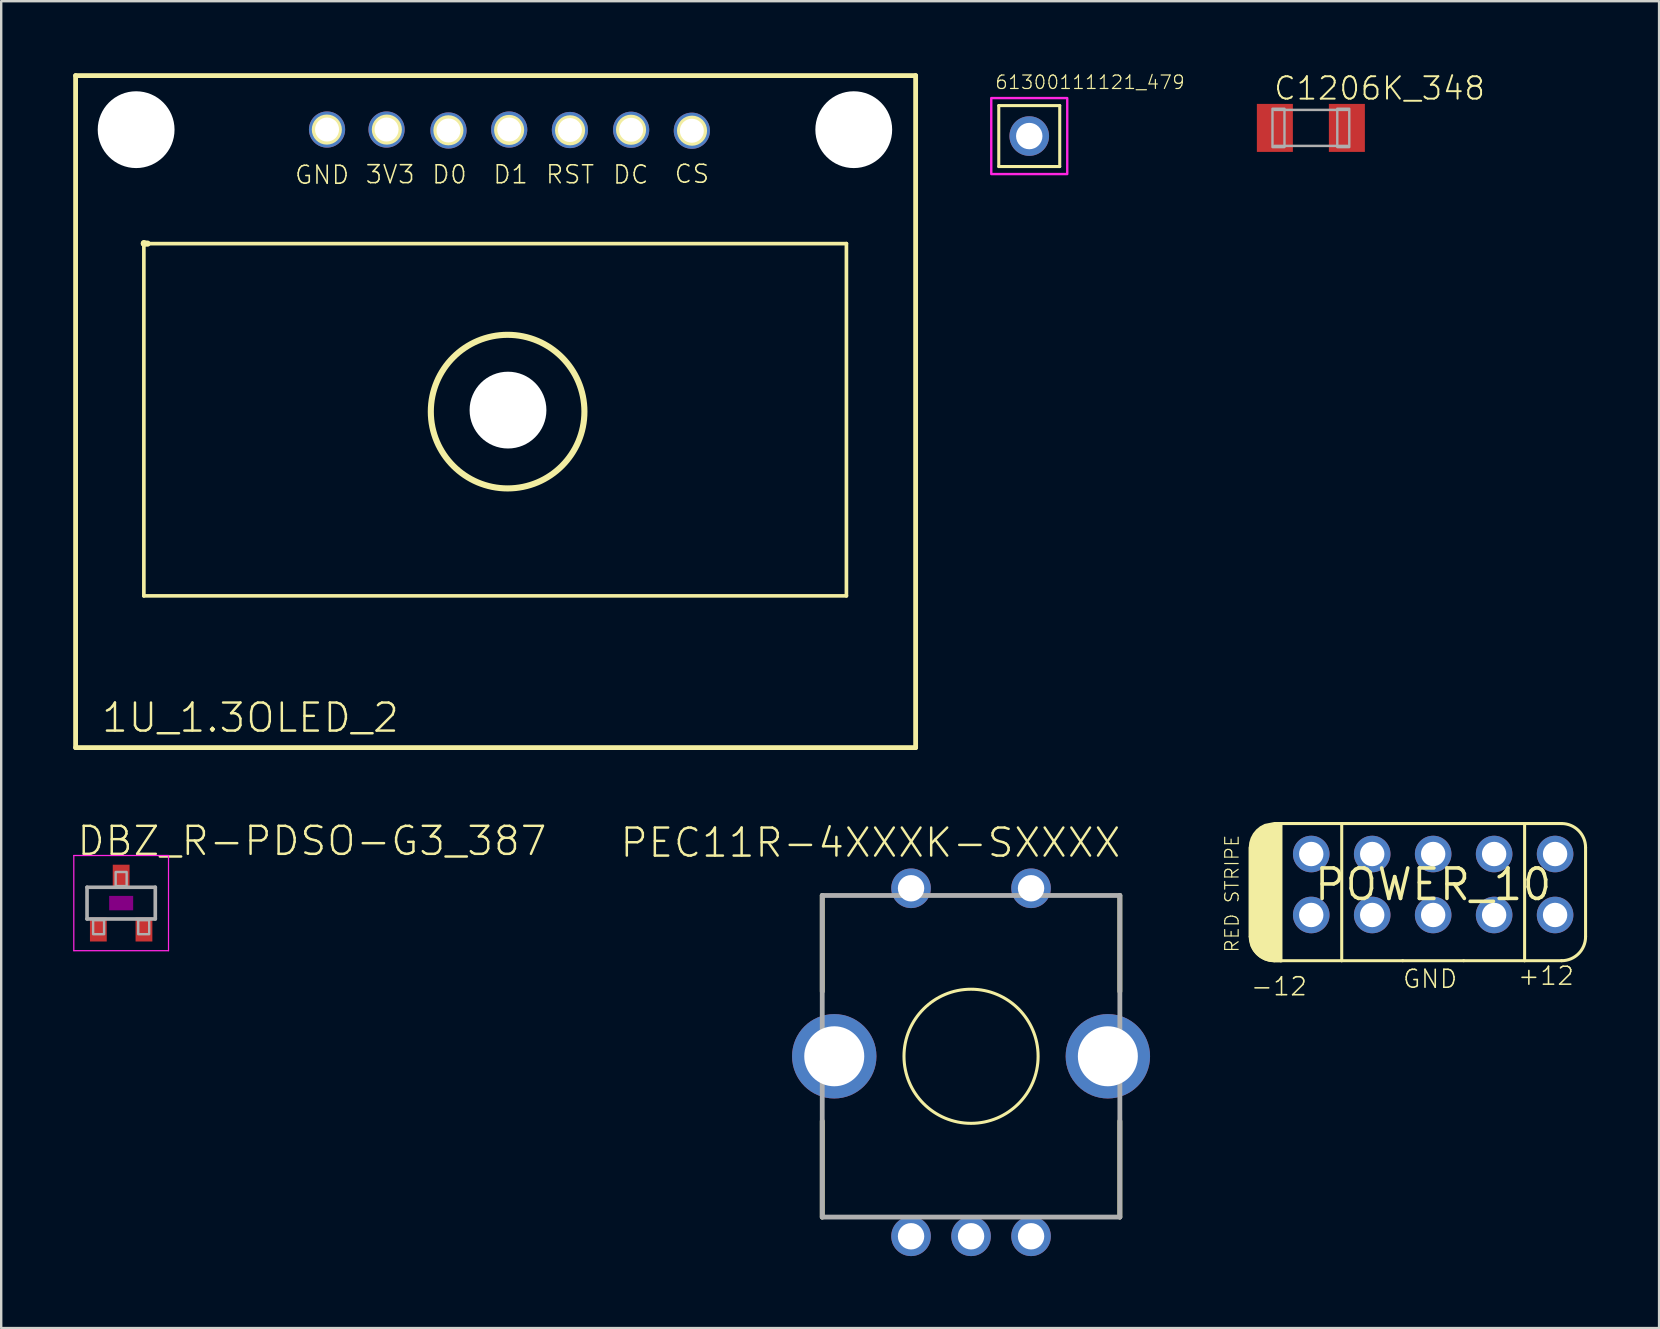
<source format=kicad_pcb>
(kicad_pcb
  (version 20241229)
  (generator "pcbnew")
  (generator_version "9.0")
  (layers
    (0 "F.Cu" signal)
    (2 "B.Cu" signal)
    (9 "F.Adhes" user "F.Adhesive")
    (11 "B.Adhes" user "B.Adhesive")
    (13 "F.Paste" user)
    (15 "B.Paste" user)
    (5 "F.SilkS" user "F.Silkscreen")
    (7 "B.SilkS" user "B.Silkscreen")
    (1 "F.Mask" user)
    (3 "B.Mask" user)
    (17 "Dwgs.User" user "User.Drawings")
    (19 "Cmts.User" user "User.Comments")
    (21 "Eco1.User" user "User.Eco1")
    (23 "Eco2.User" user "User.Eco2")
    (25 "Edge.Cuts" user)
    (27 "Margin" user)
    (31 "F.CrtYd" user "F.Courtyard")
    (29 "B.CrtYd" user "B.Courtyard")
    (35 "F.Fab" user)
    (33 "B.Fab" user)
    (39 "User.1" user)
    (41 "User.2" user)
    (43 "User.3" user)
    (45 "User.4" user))
  (footprint "61300111121_479"
    (layer "F.Cu")
    (at 39.834 2.619)
    (property "Reference" "61300111121_479" (at -1.455 -1.912 0) (unlocked yes) (layer "F.SilkS") (effects (font (size 0.561 0.561) (thickness 0.049)) (justify left bottom)))
    (fp_line (start -1.27 -1.27) (end -1.27 1.27) (stroke (width 0.127) (type solid)) (layer "F.SilkS"))
    (fp_line (start -1.27 1.27) (end 1.27 1.27) (stroke (width 0.127) (type solid)) (layer "F.SilkS"))
    (fp_line (start 1.27 -1.27) (end -1.27 -1.27) (stroke (width 0.127) (type solid)) (layer "F.SilkS"))
    (fp_line (start 1.27 1.27) (end 1.27 -1.27) (stroke (width 0.127) (type solid)) (layer "F.SilkS"))
    (fp_poly (pts (xy 1.583 1.583) (xy -1.583 1.583) (xy -1.583 -1.583) (xy 1.583 -1.583)) (stroke (width 0.1) (type default)) (fill no) (layer "F.CrtYd"))
    (pad "1" thru_hole circle (at 0 0) (size 1.65 1.65) (drill 1.1) (layers "*.Cu" "*.Mask")))
  (footprint "DBZ_R-PDSO-G3_387"
    (layer "F.Cu")
    (at 1.998 34.578)
    (property "Reference" "DBZ_R-PDSO-G3_387" (at -1.905 -1.905 0) (unlocked yes) (layer "F.SilkS") (effects (font (size 1.168 1.168) (thickness 0.102)) (justify left bottom)))
    (fp_poly (pts (xy -0.5 0.3) (xy 0.5 0.3) (xy 0.5 -0.3) (xy -0.5 -0.3)) (stroke (width 0) (type default)) (fill yes) (layer "F.Adhes"))
    (fp_line (start -1.973 -1.983) (end 1.973 -1.983) (stroke (width 0.051) (type solid)) (layer "F.CrtYd"))
    (fp_line (start -1.973 1.983) (end -1.973 -1.983) (stroke (width 0.051) (type solid)) (layer "F.CrtYd"))
    (fp_line (start 1.973 -1.983) (end 1.973 1.983) (stroke (width 0.051) (type solid)) (layer "F.CrtYd"))
    (fp_line (start 1.973 1.983) (end -1.973 1.983) (stroke (width 0.051) (type solid)) (layer "F.CrtYd"))
    (fp_line (start -1.422 -0.66) (end 1.422 -0.66) (stroke (width 0.152) (type solid)) (layer "F.Fab"))
    (fp_line (start -1.422 0.66) (end -1.422 -0.66) (stroke (width 0.152) (type solid)) (layer "F.Fab"))
    (fp_line (start 1.422 -0.66) (end 1.422 0.66) (stroke (width 0.152) (type solid)) (layer "F.Fab"))
    (fp_line (start 1.422 0.66) (end -1.422 0.66) (stroke (width 0.152) (type solid)) (layer "F.Fab"))
    (fp_poly (pts (xy -1.168 1.295) (xy -0.711 1.295) (xy -0.711 0.711) (xy -1.168 0.711)) (stroke (width 0.1) (type default)) (fill no) (layer "F.Fab"))
    (fp_poly (pts (xy -0.229 -0.711) (xy 0.229 -0.711) (xy 0.229 -1.295) (xy -0.229 -1.295)) (stroke (width 0.1) (type default)) (fill no) (layer "F.Fab"))
    (fp_poly (pts (xy 0.711 1.295) (xy 1.168 1.295) (xy 1.168 0.711) (xy 0.711 0.711)) (stroke (width 0.1) (type default)) (fill no) (layer "F.Fab"))
    (pad "1" smd rect (at -0.95 1.1) (size 0.7 1) (layers "F.Cu" "F.Mask" "F.Paste"))
    (pad "2" smd rect (at 0.95 1.1) (size 0.7 1) (layers "F.Cu" "F.Mask" "F.Paste"))
    (pad "3" smd rect (at 0 -1.1) (size 0.7 1) (layers "F.Cu" "F.Mask" "F.Paste")))
  (footprint "C1206K_348"
    (layer "F.Cu")
    (at 51.568 2.279)
    (property "Reference" "C1206K_348" (at -1.6 -1.1 0) (unlocked yes) (layer "F.SilkS") (effects (font (size 0.935 0.935) (thickness 0.081)) (justify left bottom)))
    (fp_line (start -1.525 -0.75) (end 1.525 -0.75) (stroke (width 0.102) (type solid)) (layer "F.Fab"))
    (fp_line (start 1.525 0.75) (end -1.525 0.75) (stroke (width 0.102) (type solid)) (layer "F.Fab"))
    (fp_poly (pts (xy -1.6 0.8) (xy -1.1 0.8) (xy -1.1 -0.8) (xy -1.6 -0.8)) (stroke (width 0.1) (type default)) (fill no) (layer "F.Fab"))
    (fp_poly (pts (xy 1.1 0.8) (xy 1.6 0.8) (xy 1.6 -0.8) (xy 1.1 -0.8)) (stroke (width 0.1) (type default)) (fill no) (layer "F.Fab"))
    (pad "1" smd rect (at -1.5 0) (size 1.5 2) (layers "F.Cu" "F.Mask" "F.Paste"))
    (pad "2" smd rect (at 1.5 0) (size 1.5 2) (layers "F.Cu" "F.Mask" "F.Paste")))
  (footprint "1U_1.3OLED_2"
    (layer "F.Cu")
    (at 18.116 14.037)
    (property "Reference" "1U_1.3OLED_2" (at -17 13.5 0) (unlocked yes) (layer "F.SilkS") (effects (font (size 1.168 1.168) (thickness 0.102)) (justify left bottom)))
    (fp_line (start -18.016 -13.937) (end 16.984 -13.937) (stroke (width 0.2) (type solid)) (layer "F.SilkS"))
    (fp_line (start -18.016 14.063) (end -18.016 -13.937) (stroke (width 0.2) (type solid)) (layer "F.SilkS"))
    (fp_line (start -15.172 -6.959) (end -15.172 -6.937) (stroke (width 0.254) (type solid)) (layer "F.SilkS"))
    (fp_line (start -15.172 -6.937) (end -15.016 -6.937) (stroke (width 0.254) (type solid)) (layer "F.SilkS"))
    (fp_line (start -15.172 7.74) (end -15.172 -6.959) (stroke (width 0.152) (type solid)) (layer "F.SilkS"))
    (fp_line (start -15.016 -6.937) (end 14.1 -6.937) (stroke (width 0.152) (type solid)) (layer "F.SilkS"))
    (fp_line (start 14.1 -6.937) (end 14.1 7.74) (stroke (width 0.152) (type solid)) (layer "F.SilkS"))
    (fp_line (start 14.1 7.74) (end -15.172 7.74) (stroke (width 0.152) (type solid)) (layer "F.SilkS"))
    (fp_line (start 16.984 -13.937) (end 16.984 14.063) (stroke (width 0.2) (type solid)) (layer "F.SilkS"))
    (fp_line (start 16.984 14.063) (end -18.016 14.063) (stroke (width 0.2) (type solid)) (layer "F.SilkS"))
    (fp_circle (center -15.476 -11.628) (end -14.144 -11.628) (stroke (width 0.254) (type solid)) (fill no) (layer "F.SilkS"))
    (fp_circle (center -7.548 -11.688) (end -7.048 -11.688) (stroke (width 0.254) (type solid)) (fill no) (layer "F.SilkS"))
    (fp_circle (center -5.048 -11.688) (end -4.548 -11.688) (stroke (width 0.254) (type solid)) (fill no) (layer "F.SilkS"))
    (fp_circle (center -2.483 -11.658) (end -1.983 -11.658) (stroke (width 0.254) (type solid)) (fill no) (layer "F.SilkS"))
    (fp_circle (center -0.016 0.063) (end 3.184 0.063) (stroke (width 0.254) (type solid)) (fill no) (layer "F.SilkS"))
    (fp_circle (center 0.047 -11.673) (end 0.547 -11.673) (stroke (width 0.254) (type solid)) (fill no) (layer "F.SilkS"))
    (fp_circle (center 2.586 -11.658) (end 3.086 -11.658) (stroke (width 0.254) (type solid)) (fill no) (layer "F.SilkS"))
    (fp_circle (center 5.126 -11.681) (end 5.626 -11.681) (stroke (width 0.254) (type solid)) (fill no) (layer "F.SilkS"))
    (fp_circle (center 7.667 -11.642) (end 8.167 -11.642) (stroke (width 0.254) (type solid)) (fill no) (layer "F.SilkS"))
    (fp_circle (center 14.434 -11.642) (end 15.767 -11.642) (stroke (width 0.254) (type solid)) (fill no) (layer "F.SilkS"))
    (fp_text user "DC" (at 4.324 -9.372 0) (unlocked yes) (layer "F.SilkS") (effects (font (size 0.748 0.748) (thickness 0.065)) (justify left bottom)))
    (fp_text user "D0" (at -3.213 -9.379 0) (unlocked yes) (layer "F.SilkS") (effects (font (size 0.748 0.748) (thickness 0.065)) (justify left bottom)))
    (fp_text user "RST" (at 1.528 -9.379 0) (unlocked yes) (layer "F.SilkS") (effects (font (size 0.748 0.748) (thickness 0.065)) (justify left bottom)))
    (fp_text user "D1" (at -0.665 -9.379 0) (unlocked yes) (layer "F.SilkS") (effects (font (size 0.748 0.748) (thickness 0.065)) (justify left bottom)))
    (fp_text user "GND" (at -8.928 -9.359 0) (unlocked yes) (layer "F.SilkS") (effects (font (size 0.748 0.748) (thickness 0.065)) (justify left bottom)))
    (fp_text user "3V3" (at -5.987 -9.383 0) (unlocked yes) (layer "F.SilkS") (effects (font (size 0.748 0.748) (thickness 0.065)) (justify left bottom)))
    (fp_text user "CS" (at 6.89 -9.401 0) (unlocked yes) (layer "F.SilkS") (effects (font (size 0.748 0.748) (thickness 0.065)) (justify left bottom)))
    (pad "" np_thru_hole circle (at -15.494 -11.684) (size 3.2 3.2) (drill 3.2) (layers "*.Cu" "*.Mask"))
    (pad "" np_thru_hole circle (at 0 0) (size 3.2 3.2) (drill 3.2) (layers "*.Cu" "*.Mask"))
    (pad "" np_thru_hole circle (at 14.406 -11.684) (size 3.2 3.2) (drill 3.2) (layers "*.Cu" "*.Mask"))
    (pad "3V3" thru_hole circle (at -5.06 -11.69) (size 1.508 1.508) (drill 1) (layers "*.Cu" "*.Mask"))
    (pad "CS" thru_hole circle (at 7.66 -11.64) (size 1.508 1.508) (drill 1) (layers "*.Cu" "*.Mask"))
    (pad "D0" thru_hole circle (at -2.48 -11.65) (size 1.508 1.508) (drill 1) (layers "*.Cu" "*.Mask"))
    (pad "D1" thru_hole circle (at 0.05 -11.69) (size 1.508 1.508) (drill 1) (layers "*.Cu" "*.Mask"))
    (pad "DC" thru_hole circle (at 5.13 -11.68) (size 1.508 1.508) (drill 1) (layers "*.Cu" "*.Mask"))
    (pad "GND" thru_hole circle (at -7.54 -11.69) (size 1.508 1.508) (drill 1) (layers "*.Cu" "*.Mask"))
    (pad "RST" thru_hole circle (at 2.58 -11.67) (size 1.508 1.508) (drill 1) (layers "*.Cu" "*.Mask")))
  (footprint "PEC11R-4XXXK-SXXXX"
    (layer "F.Cu")
    (at 37.409 40.96)
    (property "Reference" "PEC11R-4XXXK-SXXXX" (at -4.192 -8.898 0) (unlocked yes) (layer "F.SilkS") (effects (font (size 1.168 1.168) (thickness 0.102))))
    (fp_line (start -6.2 -6.7) (end -6.2 -2.7) (stroke (width 0.2) (type solid)) (layer "F.SilkS"))
    (fp_line (start -6.2 6.7) (end -6.2 2.7) (stroke (width 0.2) (type solid)) (layer "F.SilkS"))
    (fp_line (start 6.2 -6.7) (end 6.2 -2.7) (stroke (width 0.2) (type solid)) (layer "F.SilkS"))
    (fp_line (start 6.2 6.7) (end 6.2 2.7) (stroke (width 0.2) (type solid)) (layer "F.SilkS"))
    (fp_circle (center 0 0) (end 2.794 0) (stroke (width 0.127) (type solid)) (fill no) (layer "F.SilkS"))
    (fp_line (start -6.2 -6.7) (end 6.2 -6.7) (stroke (width 0.2) (type solid)) (layer "F.Fab"))
    (fp_line (start -6.2 6.7) (end -6.2 -6.7) (stroke (width 0.2) (type solid)) (layer "F.Fab"))
    (fp_line (start 6.2 -6.7) (end 6.2 6.7) (stroke (width 0.2) (type solid)) (layer "F.Fab"))
    (fp_line (start 6.2 6.7) (end -6.2 6.7) (stroke (width 0.2) (type solid)) (layer "F.Fab"))
    (pad "A" thru_hole circle (at -2.5 7.5) (size 1.65 1.65) (drill 1.1) (layers "*.Cu" "*.Mask"))
    (pad "B" thru_hole circle (at 2.5 7.5) (size 1.65 1.65) (drill 1.1) (layers "*.Cu" "*.Mask"))
    (pad "C" thru_hole circle (at 0 7.5) (size 1.65 1.65) (drill 1.1) (layers "*.Cu" "*.Mask"))
    (pad "SH1" thru_hole circle (at -5.7 0 90) (size 3.516 3.516) (drill 2.5) (layers "*.Cu" "*.Mask"))
    (pad "SH2" thru_hole circle (at 5.7 0 90) (size 3.516 3.516) (drill 2.5) (layers "*.Cu" "*.Mask"))
    (pad "SW1" thru_hole circle (at -2.5 -7) (size 1.65 1.65) (drill 1.1) (layers "*.Cu" "*.Mask"))
    (pad "SW2" thru_hole circle (at 2.5 -7) (size 1.65 1.65) (drill 1.1) (layers "*.Cu" "*.Mask")))
  (footprint "POWER_10"
    (layer "F.Cu")
    (at 56.663 33.803)
    (property "Reference" "POWER_10" (at 0 0 0) (layer "F.SilkS") (effects (font (size 1.27 1.27) (thickness 0.15))))
    (fp_line (start -7.62 -1.54) (end -7.62 2.175) (stroke (width 0.127) (type solid)) (layer "F.SilkS"))
    (fp_line (start -6.62 3.175) (end -6.35 3.175) (stroke (width 0.127) (type solid)) (layer "F.SilkS"))
    (fp_line (start -6.35 -2.54) (end -6.35 3.175) (stroke (width 0.127) (type solid)) (layer "F.SilkS"))
    (fp_line (start -6.35 -2.54) (end 5.35 -2.54) (stroke (width 0.127) (type solid)) (layer "F.SilkS"))
    (fp_line (start -6.35 3.175) (end -3.81 3.175) (stroke (width 0.127) (type solid)) (layer "F.SilkS"))
    (fp_line (start -3.81 -2.54) (end -3.81 3.175) (stroke (width 0.127) (type solid)) (layer "F.SilkS"))
    (fp_line (start -3.81 3.175) (end -1.27 3.175) (stroke (width 0.127) (type solid)) (layer "F.SilkS"))
    (fp_line (start -1.27 3.175) (end 1.27 3.175) (stroke (width 0.127) (type solid)) (layer "F.SilkS"))
    (fp_line (start 1.27 3.175) (end 3.81 3.175) (stroke (width 0.127) (type solid)) (layer "F.SilkS"))
    (fp_line (start 3.81 3.175) (end 3.81 -2.54) (stroke (width 0.127) (type solid)) (layer "F.SilkS"))
    (fp_line (start 5.35 3.175) (end 3.81 3.175) (stroke (width 0.127) (type solid)) (layer "F.SilkS"))
    (fp_line (start 6.35 -1.54) (end 6.35 2.175) (stroke (width 0.127) (type solid)) (layer "F.SilkS"))
    (fp_arc (start -6.62 3.175) (mid -7.327107 2.882107) (end -7.62 2.175) (stroke (width 0.127) (type solid)) (layer "F.SilkS"))
    (fp_arc (start 5.35 -2.54) (mid 6.057107 -2.247107) (end 6.35 -1.54) (stroke (width 0.127) (type solid)) (layer "F.SilkS"))
    (fp_arc (start 6.35 2.175) (mid 6.057107 2.882107) (end 5.35 3.175) (stroke (width 0.127) (type solid)) (layer "F.SilkS"))
    (fp_poly (pts (xy -6.287 3.239) (xy -6.623 3.239) (xy -6.828 3.218) (xy -7.027 3.158) (xy -7.211 3.06) (xy -7.372 2.927) (xy -7.505 2.766) (xy -7.604 2.579) (xy -7.684 2.181) (xy -7.684 -1.543) (xy -7.663 -1.748) (xy -7.603 -1.947) (xy -7.505 -2.131) (xy -7.372 -2.292) (xy -7.211 -2.425) (xy -7.024 -2.524) (xy -6.626 -2.603) (xy -6.287 -2.603)) (stroke (width 0) (type default)) (fill yes) (layer "F.SilkS"))
    (fp_text user "GND" (at -0.127 3.937 0) (unlocked yes) (layer "F.SilkS") (effects (font (size 0.748 0.748) (thickness 0.065))))
    (fp_text user "-12" (at -5.207 3.81 0) (unlocked yes) (layer "F.SilkS") (effects (font (size 0.748 0.748) (thickness 0.065)) (justify right top)))
    (fp_text user "RED STRIPE" (at -8.382 0.381 90) (unlocked yes) (layer "F.SilkS") (effects (font (size 0.561 0.561) (thickness 0.049))))
    (fp_text user "+12" (at 4.699 3.81 0) (unlocked yes) (layer "F.SilkS") (effects (font (size 0.748 0.748) (thickness 0.065))))
    (pad "1" thru_hole circle (at -5.08 1.27) (size 1.524 1.524) (drill 1.016) (layers "*.Cu" "*.Mask"))
    (pad "2" thru_hole circle (at -5.08 -1.27) (size 1.524 1.524) (drill 1.016) (layers "*.Cu" "*.Mask"))
    (pad "3" thru_hole circle (at -2.54 1.27) (size 1.524 1.524) (drill 1.016) (layers "*.Cu" "*.Mask"))
    (pad "4" thru_hole circle (at -2.54 -1.27) (size 1.524 1.524) (drill 1.016) (layers "*.Cu" "*.Mask"))
    (pad "5" thru_hole circle (at 0 1.27) (size 1.524 1.524) (drill 1.016) (layers "*.Cu" "*.Mask"))
    (pad "6" thru_hole circle (at 0 -1.27) (size 1.524 1.524) (drill 1.016) (layers "*.Cu" "*.Mask"))
    (pad "7" thru_hole circle (at 2.54 1.27) (size 1.524 1.524) (drill 1.016) (layers "*.Cu" "*.Mask"))
    (pad "8" thru_hole circle (at 2.54 -1.27) (size 1.524 1.524) (drill 1.016) (layers "*.Cu" "*.Mask"))
    (pad "9" thru_hole circle (at 5.08 1.27) (size 1.524 1.524) (drill 1.016) (layers "*.Cu" "*.Mask"))
    (pad "10" thru_hole circle (at 5.08 -1.27) (size 1.524 1.524) (drill 1.016) (layers "*.Cu" "*.Mask")))
  (gr_rect
    (start -3 -3)
    (end 66.076 52.285)
    (stroke (width 0.1) (type default))
    (fill no)
    (layer "Edge.Cuts")))
</source>
